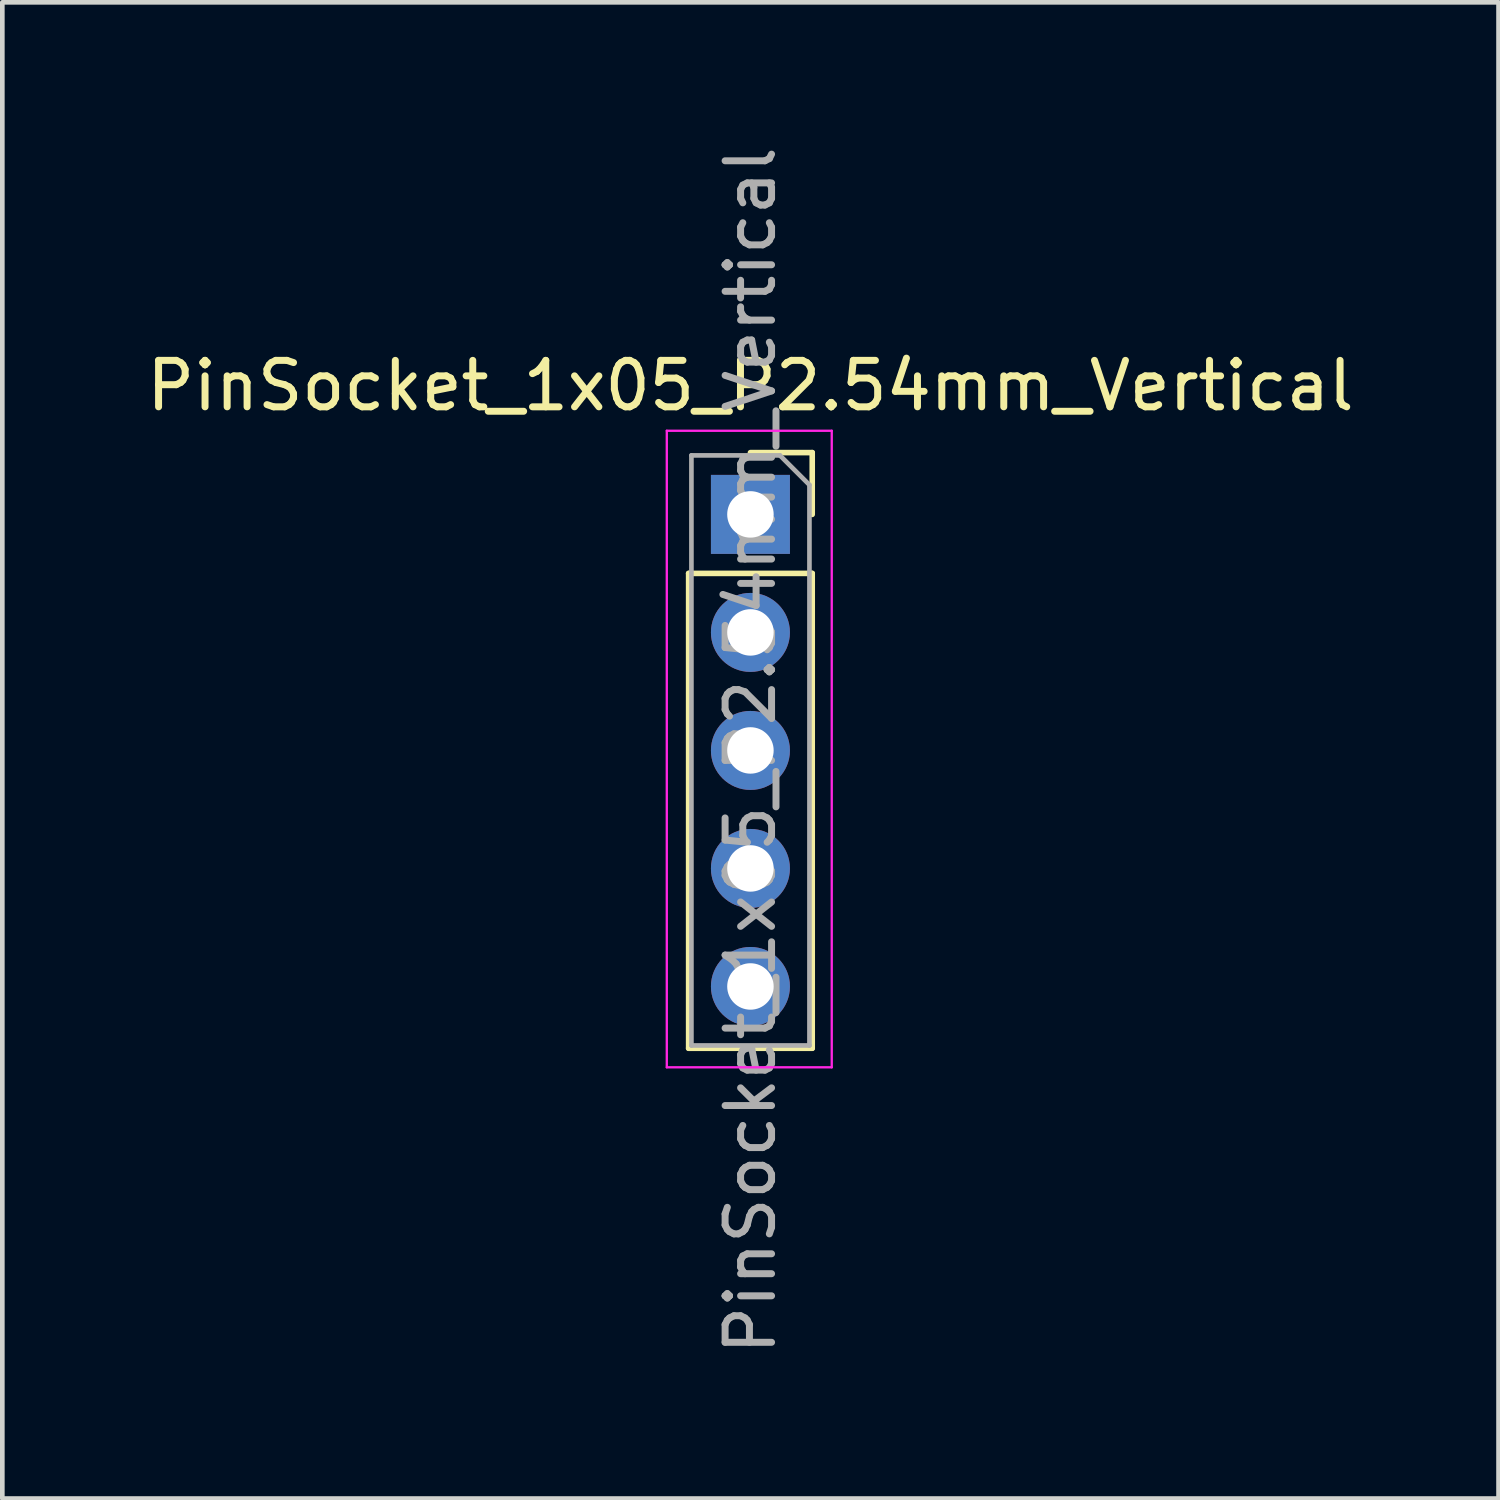
<source format=kicad_pcb>
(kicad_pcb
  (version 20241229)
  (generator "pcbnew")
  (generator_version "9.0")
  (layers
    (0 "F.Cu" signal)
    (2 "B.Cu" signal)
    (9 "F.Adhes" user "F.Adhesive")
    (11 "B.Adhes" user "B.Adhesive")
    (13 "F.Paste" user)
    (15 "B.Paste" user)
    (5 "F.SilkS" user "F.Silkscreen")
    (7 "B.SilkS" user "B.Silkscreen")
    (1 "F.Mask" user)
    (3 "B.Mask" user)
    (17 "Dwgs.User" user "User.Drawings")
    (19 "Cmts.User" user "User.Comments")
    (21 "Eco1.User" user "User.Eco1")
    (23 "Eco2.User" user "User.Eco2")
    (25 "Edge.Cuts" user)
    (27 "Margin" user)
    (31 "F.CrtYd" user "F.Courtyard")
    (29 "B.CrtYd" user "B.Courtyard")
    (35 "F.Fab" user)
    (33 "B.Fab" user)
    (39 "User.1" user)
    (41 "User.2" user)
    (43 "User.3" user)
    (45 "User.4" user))
  (footprint "PinSocket_1x05_P2.54mm_Vertical"
    (layer "F.Cu")
    (at 13.101 8.021)
    (property "Reference" "PinSocket_1x05_P2.54mm_Vertical" (at 0 -2.77 0) (layer "F.SilkS") (effects (font (size 1 1) (thickness 0.15))))
    (attr through_hole)
    (fp_line (start -1.33 1.27) (end -1.33 11.49) (stroke (width 0.12) (type solid)) (layer "F.SilkS"))
    (fp_line (start -1.33 1.27) (end 1.33 1.27) (stroke (width 0.12) (type solid)) (layer "F.SilkS"))
    (fp_line (start -1.33 11.49) (end 1.33 11.49) (stroke (width 0.12) (type solid)) (layer "F.SilkS"))
    (fp_line (start 0 -1.33) (end 1.33 -1.33) (stroke (width 0.12) (type solid)) (layer "F.SilkS"))
    (fp_line (start 1.33 -1.33) (end 1.33 0) (stroke (width 0.12) (type solid)) (layer "F.SilkS"))
    (fp_line (start 1.33 1.27) (end 1.33 11.49) (stroke (width 0.12) (type solid)) (layer "F.SilkS"))
    (fp_line (start -1.8 -1.8) (end 1.75 -1.8) (stroke (width 0.05) (type solid)) (layer "F.CrtYd"))
    (fp_line (start -1.8 11.9) (end -1.8 -1.8) (stroke (width 0.05) (type solid)) (layer "F.CrtYd"))
    (fp_line (start 1.75 -1.8) (end 1.75 11.9) (stroke (width 0.05) (type solid)) (layer "F.CrtYd"))
    (fp_line (start 1.75 11.9) (end -1.8 11.9) (stroke (width 0.05) (type solid)) (layer "F.CrtYd"))
    (fp_line (start -1.27 -1.27) (end 0.635 -1.27) (stroke (width 0.1) (type solid)) (layer "F.Fab"))
    (fp_line (start -1.27 11.43) (end -1.27 -1.27) (stroke (width 0.1) (type solid)) (layer "F.Fab"))
    (fp_line (start 0.635 -1.27) (end 1.27 -0.635) (stroke (width 0.1) (type solid)) (layer "F.Fab"))
    (fp_line (start 1.27 -0.635) (end 1.27 11.43) (stroke (width 0.1) (type solid)) (layer "F.Fab"))
    (fp_line (start 1.27 11.43) (end -1.27 11.43) (stroke (width 0.1) (type solid)) (layer "F.Fab"))
    (fp_text user "${REFERENCE}" (at 0 5.08 270) (layer "F.Fab") (effects (font (size 1 1) (thickness 0.15))))
    (pad "1" thru_hole rect (at 0 0) (size 1.7 1.7) (drill 1) (layers "*.Cu" "*.Mask"))
    (pad "2" thru_hole oval (at 0 2.54) (size 1.7 1.7) (drill 1) (layers "*.Cu" "*.Mask"))
    (pad "3" thru_hole oval (at 0 5.08) (size 1.7 1.7) (drill 1) (layers "*.Cu" "*.Mask"))
    (pad "4" thru_hole oval (at 0 7.62) (size 1.7 1.7) (drill 1) (layers "*.Cu" "*.Mask"))
    (pad "5" thru_hole oval (at 0 10.16) (size 1.7 1.7) (drill 1) (layers "*.Cu" "*.Mask")))
  (gr_rect
    (start -3 -3)
    (end 29.202 29.202)
    (stroke (width 0.1) (type default))
    (fill no)
    (layer "Edge.Cuts")))
</source>
